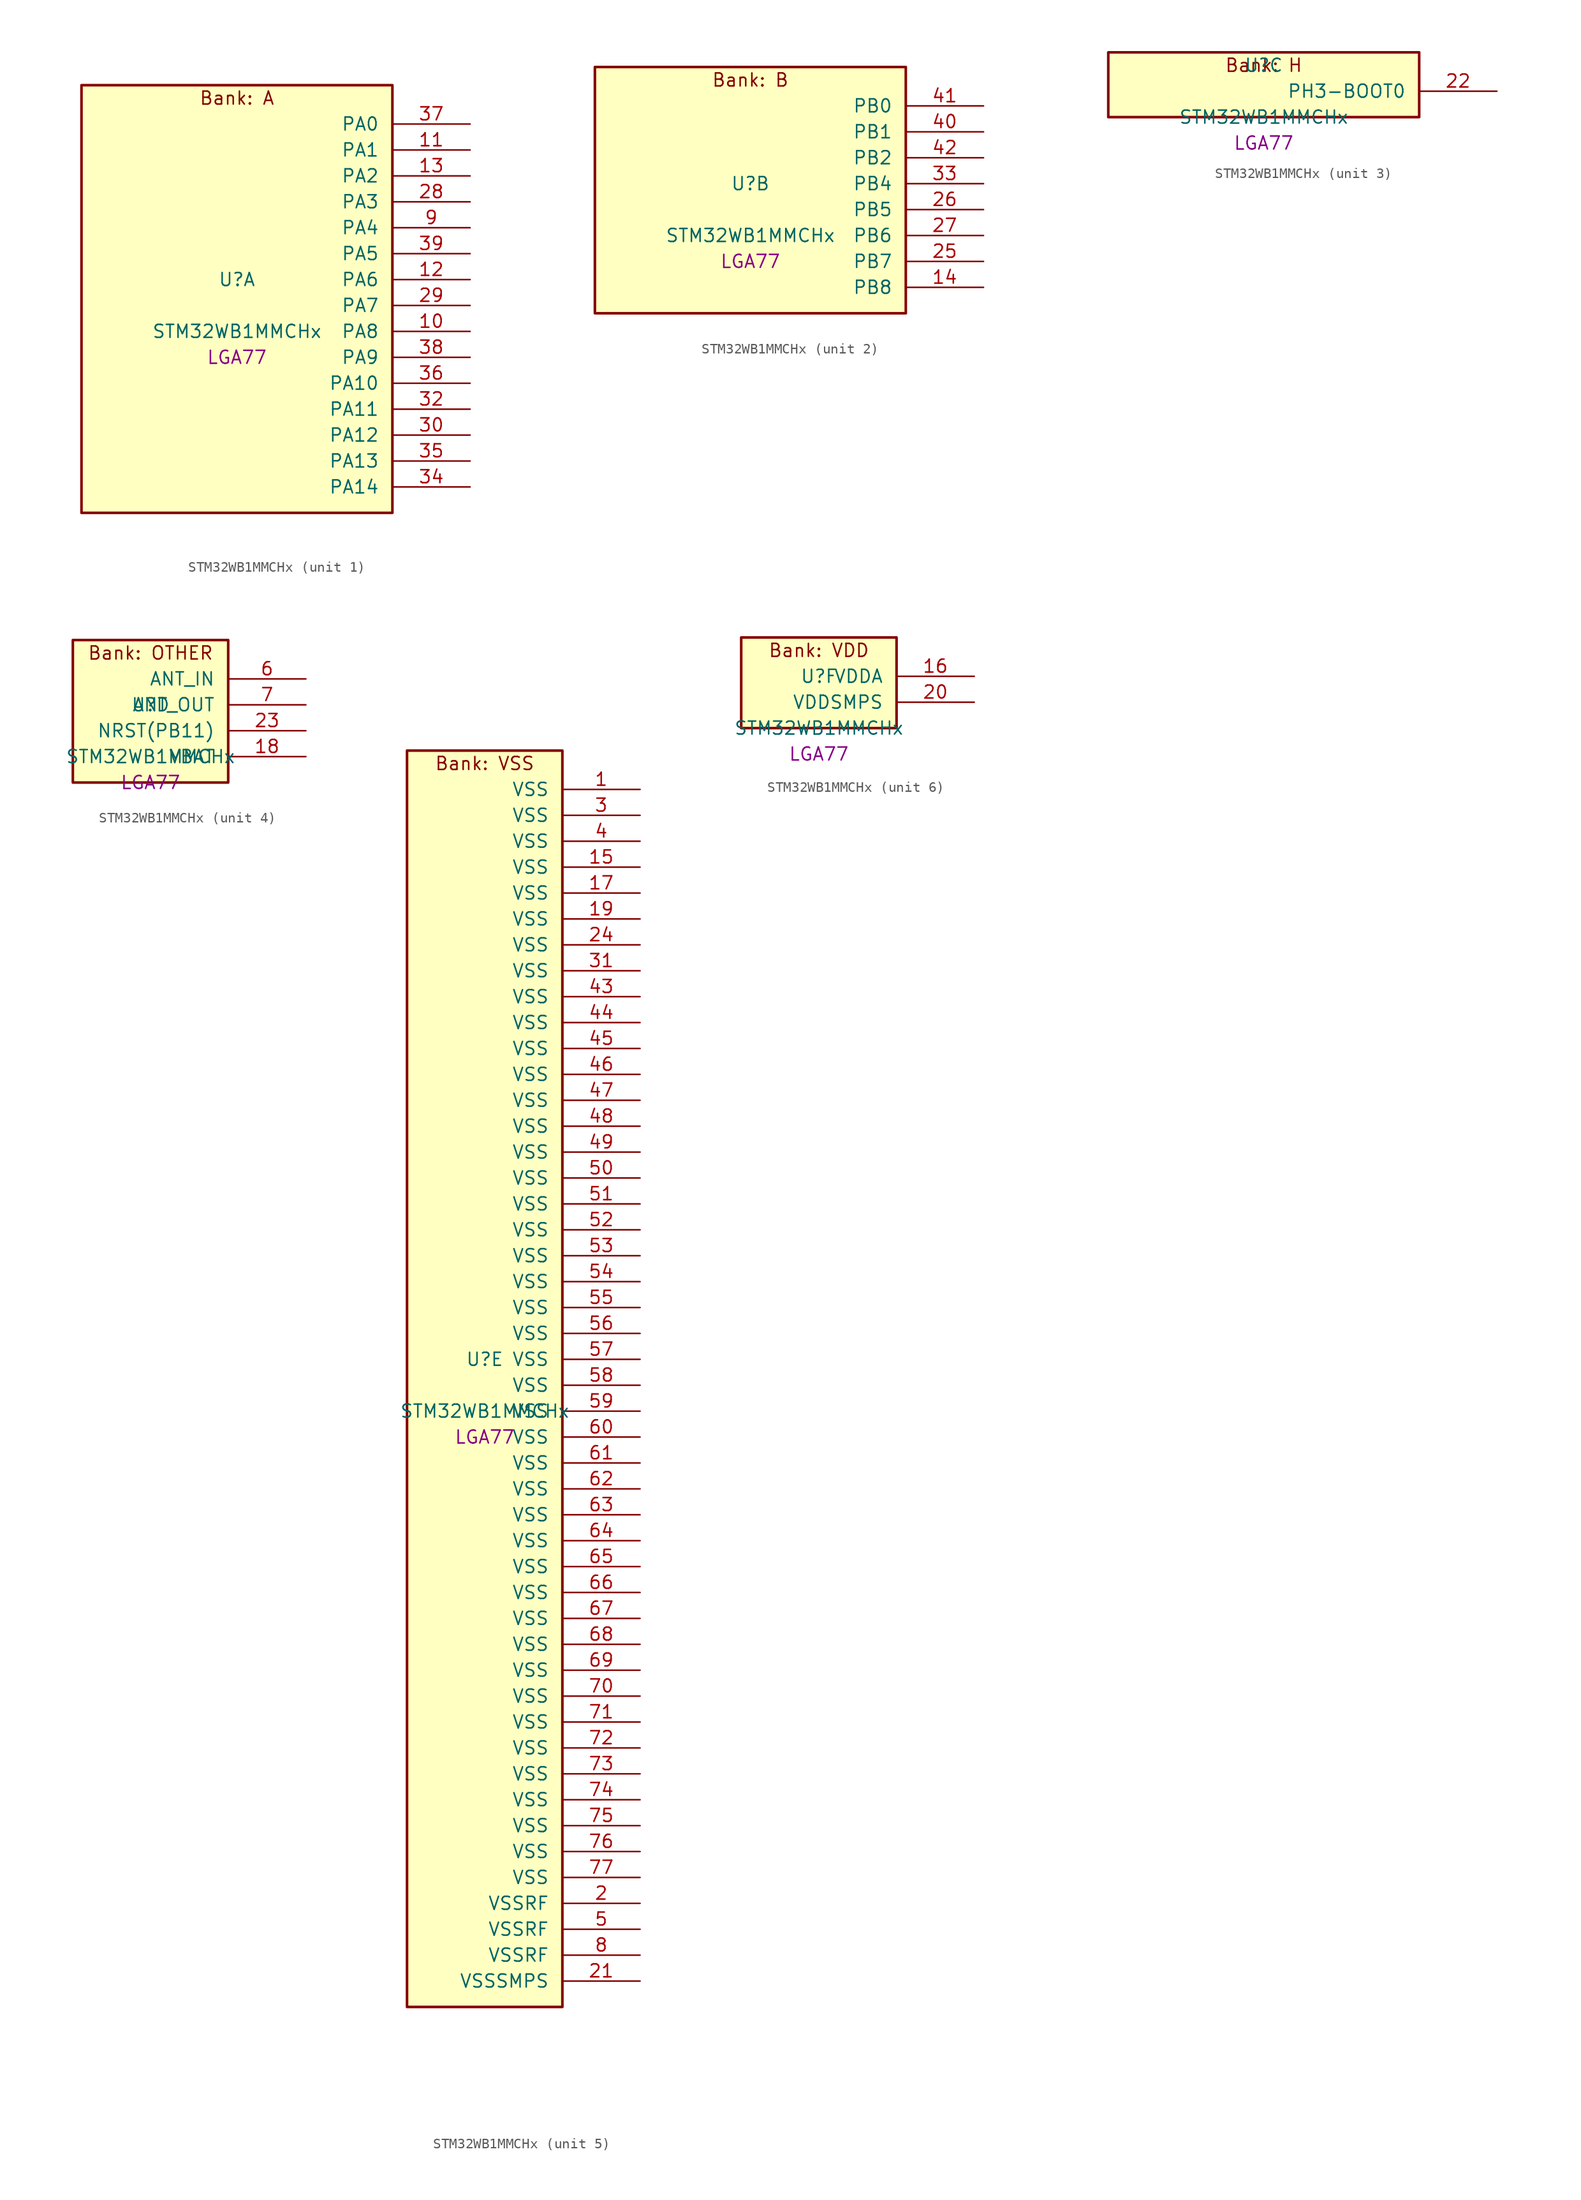
<source format=kicad_sym>
(kicad_symbol_lib
  (version 20241209)
  (generator "stm32_pkl_generator")
  (generator_version "1.0")
  (symbol "STM32WB1MMCHx"
    (pin_names
      (offset 1.27))
    (property "Reference" "U"
      (at 0 2.54 0))
    (property "Value" "STM32WB1MMCHx"
      (at 0 -2.54 0))
    (property "Footprint" "LGA77"
      (at 0 -5.08 0))
    (symbol "STM32WB1MMCHx_1_1"
      (rectangle (start -15.24 21.59) (end 15.24 -20.32) (stroke (width 0.254) (type solid)) (fill (type background)))
      (text "Bank: A" (at 0 20.32 0))
      (pin bidirectional line (at 22.86 17.78 180) (length 7.62) (name "PA0") (number "37") (alternate "PA0/ADC1_IN5" bidirectional line) (alternate "PA0/COMP1_INM" bidirectional line) (alternate "PA0/COMP1_OUT" bidirectional line) (alternate "PA0/RTC_TAMP2" bidirectional line) (alternate "PA0/SYS_WKUP1" bidirectional line) (alternate "PA0/TIM2_CH1" bidirectional line) (alternate "PA0/TIM2_ETR" bidirectional line))
      (pin bidirectional line (at 22.86 15.24 180) (length 7.62) (name "PA1") (number "11") (alternate "PA1/ADC1_IN6" bidirectional line) (alternate "PA1/COMP1_INP" bidirectional line) (alternate "PA1/I2C1_SMBA" bidirectional line) (alternate "PA1/SPI1_SCK" bidirectional line) (alternate "PA1/TIM2_CH2" bidirectional line))
      (pin bidirectional line (at 22.86 12.7 180) (length 7.62) (name "PA2") (number "13") (alternate "PA2/ADC1_IN7" bidirectional line) (alternate "PA2/LPUART1_TX" bidirectional line) (alternate "PA2/RCC_LSCO" bidirectional line) (alternate "PA2/SYS_WKUP4" bidirectional line) (alternate "PA2/TIM2_CH3" bidirectional line))
      (pin bidirectional line (at 22.86 10.16 180) (length 7.62) (name "PA3") (number "28") (alternate "PA3/ADC1_IN8" bidirectional line) (alternate "PA3/LPUART1_RX" bidirectional line) (alternate "PA3/TIM2_CH4" bidirectional line))
      (pin bidirectional line (at 22.86 7.62 180) (length 7.62) (name "PA4") (number "9") (alternate "PA4/ADC1_IN9" bidirectional line) (alternate "PA4/COMP1_INM" bidirectional line) (alternate "PA4/LPTIM2_OUT" bidirectional line) (alternate "PA4/SPI1_NSS" bidirectional line))
      (pin bidirectional line (at 22.86 5.08 180) (length 7.62) (name "PA5") (number "39") (alternate "PA5/ADC1_IN10" bidirectional line) (alternate "PA5/COMP1_INM" bidirectional line) (alternate "PA5/LPTIM2_ETR" bidirectional line) (alternate "PA5/SPI1_MOSI" bidirectional line) (alternate "PA5/SPI1_SCK" bidirectional line) (alternate "PA5/TIM2_CH1" bidirectional line) (alternate "PA5/TIM2_ETR" bidirectional line))
      (pin bidirectional line (at 22.86 2.54 180) (length 7.62) (name "PA6") (number "12") (alternate "PA6/ADC1_IN11" bidirectional line) (alternate "PA6/LPUART1_CTS" bidirectional line) (alternate "PA6/SPI1_MISO" bidirectional line) (alternate "PA6/TIM1_BKIN" bidirectional line))
      (pin bidirectional line (at 22.86 0 180) (length 7.62) (name "PA7") (number "29") (alternate "PA7/ADC1_IN2" bidirectional line) (alternate "PA7/SPI1_MOSI" bidirectional line) (alternate "PA7/TIM1_CH1N" bidirectional line))
      (pin bidirectional line (at 22.86 -2.54 180) (length 7.62) (name "PA8") (number "10") (alternate "PA8/ADC1_IN3" bidirectional line) (alternate "PA8/LPTIM2_OUT" bidirectional line) (alternate "PA8/RCC_MCO" bidirectional line) (alternate "PA8/TIM1_CH1" bidirectional line) (alternate "PA8/USART1_CK" bidirectional line))
      (pin bidirectional line (at 22.86 -5.08 180) (length 7.62) (name "PA9") (number "38") (alternate "PA9/ADC1_IN4" bidirectional line) (alternate "PA9/COMP1_INM" bidirectional line) (alternate "PA9/I2C1_SCL" bidirectional line) (alternate "PA9/TIM1_CH2" bidirectional line) (alternate "PA9/USART1_TX" bidirectional line))
      (pin bidirectional line (at 22.86 -7.62 180) (length 7.62) (name "PA10") (number "36") (alternate "PA10/I2C1_SDA" bidirectional line) (alternate "PA10/TIM1_CH3" bidirectional line) (alternate "PA10/TSC_G7_IO2" bidirectional line) (alternate "PA10/USART1_RX" bidirectional line))
      (pin bidirectional line (at 22.86 -10.16 180) (length 7.62) (name "PA11") (number "32") (alternate "PA11/ADC1_EXTI11" bidirectional line) (alternate "PA11/SPI1_MISO" bidirectional line) (alternate "PA11/TIM1_BKIN2" bidirectional line) (alternate "PA11/TIM1_CH4" bidirectional line) (alternate "PA11/USART1_CTS" bidirectional line) (alternate "PA11/USART1_NSS" bidirectional line))
      (pin bidirectional line (at 22.86 -12.7 180) (length 7.62) (name "PA12") (number "30") (alternate "PA12/LPUART1_RX" bidirectional line) (alternate "PA12/SPI1_MOSI" bidirectional line) (alternate "PA12/TIM1_ETR" bidirectional line) (alternate "PA12/USART1_DE" bidirectional line) (alternate "PA12/USART1_RTS" bidirectional line))
      (pin bidirectional line (at 22.86 -15.24 180) (length 7.62) (name "PA13") (number "35") (alternate "PA13/SPI1_MOSI" bidirectional line) (alternate "PA13/SYS_JTMS-SWDIO" bidirectional line) (alternate "PA13/TSC_G7_IO1" bidirectional line))
      (pin bidirectional line (at 22.86 -17.78 180) (length 7.62) (name "PA14") (number "34") (alternate "PA14/I2C1_SMBA" bidirectional line) (alternate "PA14/LPTIM1_OUT" bidirectional line) (alternate "PA14/SPI1_NSS" bidirectional line) (alternate "PA14/SYS_JTCK-SWCLK" bidirectional line)))
    (symbol "STM32WB1MMCHx_2_1"
      (rectangle (start -15.24 13.97) (end 15.24 -10.16) (stroke (width 0.254) (type solid)) (fill (type background)))
      (text "Bank: B" (at 0 12.7 0))
      (pin bidirectional line (at 22.86 10.16 180) (length 7.62) (name "PB0") (number "41") (alternate "PB0/COMP1_OUT" bidirectional line) (alternate "PB0/RF_TX_MOD_EXT_PA" bidirectional line))
      (pin bidirectional line (at 22.86 7.62 180) (length 7.62) (name "PB1") (number "40") (alternate "PB1/LPTIM2_IN1" bidirectional line) (alternate "PB1/LPUART1_DE" bidirectional line) (alternate "PB1/LPUART1_RTS" bidirectional line))
      (pin bidirectional line (at 22.86 5.08 180) (length 7.62) (name "PB2") (number "42") (alternate "PB2/COMP1_INP" bidirectional line) (alternate "PB2/LPTIM1_OUT" bidirectional line) (alternate "PB2/RTC_OUT" bidirectional line) (alternate "PB2/SPI1_NSS" bidirectional line))
      (pin bidirectional line (at 22.86 2.54 180) (length 7.62) (name "PB4") (number "33") (alternate "PB4/SPI1_MISO" bidirectional line) (alternate "PB4/SYS_JTRST" bidirectional line) (alternate "PB4/TSC_G2_IO1" bidirectional line) (alternate "PB4/USART1_CTS" bidirectional line) (alternate "PB4/USART1_NSS" bidirectional line))
      (pin bidirectional line (at 22.86 0 180) (length 7.62) (name "PB5") (number "26") (alternate "PB5/I2C1_SMBA" bidirectional line) (alternate "PB5/LPTIM1_IN1" bidirectional line) (alternate "PB5/LPUART1_TX" bidirectional line) (alternate "PB5/SPI1_MOSI" bidirectional line) (alternate "PB5/TSC_G2_IO2" bidirectional line) (alternate "PB5/USART1_CK" bidirectional line))
      (pin bidirectional line (at 22.86 -2.54 180) (length 7.62) (name "PB6") (number "27") (alternate "PB6/I2C1_SCL" bidirectional line) (alternate "PB6/LPTIM1_ETR" bidirectional line) (alternate "PB6/RCC_MCO" bidirectional line) (alternate "PB6/SPI1_NSS" bidirectional line) (alternate "PB6/TSC_G2_IO3" bidirectional line) (alternate "PB6/USART1_TX" bidirectional line))
      (pin bidirectional line (at 22.86 -5.08 180) (length 7.62) (name "PB7") (number "25") (alternate "PB7/I2C1_SDA" bidirectional line) (alternate "PB7/LPTIM1_IN2" bidirectional line) (alternate "PB7/SYS_PVD_IN" bidirectional line) (alternate "PB7/TIM1_BKIN" bidirectional line) (alternate "PB7/TIM1_CH3" bidirectional line) (alternate "PB7/TSC_G2_IO4" bidirectional line) (alternate "PB7/USART1_RX" bidirectional line))
      (pin bidirectional line (at 22.86 -7.62 180) (length 7.62) (name "PB8") (number "14") (alternate "PB8/I2C1_SCL" bidirectional line) (alternate "PB8/TIM1_CH2N" bidirectional line) (alternate "PB8/TSC_G7_IO3" bidirectional line)))
    (symbol "STM32WB1MMCHx_3_1"
      (rectangle (start -15.24 3.81) (end 15.24 -2.54) (stroke (width 0.254) (type solid)) (fill (type background)))
      (text "Bank: H" (at 0 2.54 0))
      (pin bidirectional line (at 22.86 0 180) (length 7.62) (name "PH3-BOOT0") (number "22") (alternate "PH3-BOOT0/RCC_LSCO" bidirectional line)))
    (symbol "STM32WB1MMCHx_4_1"
      (rectangle (start -7.62 8.89) (end 7.62 -5.08) (stroke (width 0.254) (type solid)) (fill (type background)))
      (text "Bank: OTHER" (at 0 7.62 0))
      (pin bidirectional line (at 15.24 5.08 180) (length 7.62) (name "ANT_IN") (number "6"))
      (pin bidirectional line (at 15.24 2.54 180) (length 7.62) (name "ANT_OUT") (number "7"))
      (pin input line (at 15.24 0 180) (length 7.62) (name "NRST(PB11)") (number "23"))
      (pin power_in line (at 15.24 -2.54 180) (length 7.62) (name "VBAT") (number "18")))
    (symbol "STM32WB1MMCHx_5_1"
      (rectangle (start -7.62 62.23) (end 7.62 -60.96) (stroke (width 0.254) (type solid)) (fill (type background)))
      (text "Bank: VSS" (at 0 60.96 0))
      (pin power_in line (at 15.24 58.42 180) (length 7.62) (name "VSS") (number "1"))
      (pin power_in line (at 15.24 55.88 180) (length 7.62) (name "VSS") (number "3"))
      (pin power_in line (at 15.24 53.34 180) (length 7.62) (name "VSS") (number "4"))
      (pin power_in line (at 15.24 50.8 180) (length 7.62) (name "VSS") (number "15"))
      (pin power_in line (at 15.24 48.26 180) (length 7.62) (name "VSS") (number "17"))
      (pin power_in line (at 15.24 45.72 180) (length 7.62) (name "VSS") (number "19"))
      (pin power_in line (at 15.24 43.18 180) (length 7.62) (name "VSS") (number "24"))
      (pin power_in line (at 15.24 40.64 180) (length 7.62) (name "VSS") (number "31"))
      (pin power_in line (at 15.24 38.1 180) (length 7.62) (name "VSS") (number "43"))
      (pin power_in line (at 15.24 35.56 180) (length 7.62) (name "VSS") (number "44"))
      (pin power_in line (at 15.24 33.02 180) (length 7.62) (name "VSS") (number "45"))
      (pin power_in line (at 15.24 30.48 180) (length 7.62) (name "VSS") (number "46"))
      (pin power_in line (at 15.24 27.94 180) (length 7.62) (name "VSS") (number "47"))
      (pin power_in line (at 15.24 25.4 180) (length 7.62) (name "VSS") (number "48"))
      (pin power_in line (at 15.24 22.86 180) (length 7.62) (name "VSS") (number "49"))
      (pin power_in line (at 15.24 20.32 180) (length 7.62) (name "VSS") (number "50"))
      (pin power_in line (at 15.24 17.78 180) (length 7.62) (name "VSS") (number "51"))
      (pin power_in line (at 15.24 15.24 180) (length 7.62) (name "VSS") (number "52"))
      (pin power_in line (at 15.24 12.7 180) (length 7.62) (name "VSS") (number "53"))
      (pin power_in line (at 15.24 10.16 180) (length 7.62) (name "VSS") (number "54"))
      (pin power_in line (at 15.24 7.62 180) (length 7.62) (name "VSS") (number "55"))
      (pin power_in line (at 15.24 5.08 180) (length 7.62) (name "VSS") (number "56"))
      (pin power_in line (at 15.24 2.54 180) (length 7.62) (name "VSS") (number "57"))
      (pin power_in line (at 15.24 0 180) (length 7.62) (name "VSS") (number "58"))
      (pin power_in line (at 15.24 -2.54 180) (length 7.62) (name "VSS") (number "59"))
      (pin power_in line (at 15.24 -5.08 180) (length 7.62) (name "VSS") (number "60"))
      (pin power_in line (at 15.24 -7.62 180) (length 7.62) (name "VSS") (number "61"))
      (pin power_in line (at 15.24 -10.16 180) (length 7.62) (name "VSS") (number "62"))
      (pin power_in line (at 15.24 -12.7 180) (length 7.62) (name "VSS") (number "63"))
      (pin power_in line (at 15.24 -15.24 180) (length 7.62) (name "VSS") (number "64"))
      (pin power_in line (at 15.24 -17.78 180) (length 7.62) (name "VSS") (number "65"))
      (pin power_in line (at 15.24 -20.32 180) (length 7.62) (name "VSS") (number "66"))
      (pin power_in line (at 15.24 -22.86 180) (length 7.62) (name "VSS") (number "67"))
      (pin power_in line (at 15.24 -25.4 180) (length 7.62) (name "VSS") (number "68"))
      (pin power_in line (at 15.24 -27.94 180) (length 7.62) (name "VSS") (number "69"))
      (pin power_in line (at 15.24 -30.48 180) (length 7.62) (name "VSS") (number "70"))
      (pin power_in line (at 15.24 -33.02 180) (length 7.62) (name "VSS") (number "71"))
      (pin power_in line (at 15.24 -35.56 180) (length 7.62) (name "VSS") (number "72"))
      (pin power_in line (at 15.24 -38.1 180) (length 7.62) (name "VSS") (number "73"))
      (pin power_in line (at 15.24 -40.64 180) (length 7.62) (name "VSS") (number "74"))
      (pin power_in line (at 15.24 -43.18 180) (length 7.62) (name "VSS") (number "75"))
      (pin power_in line (at 15.24 -45.72 180) (length 7.62) (name "VSS") (number "76"))
      (pin power_in line (at 15.24 -48.26 180) (length 7.62) (name "VSS") (number "77"))
      (pin power_in line (at 15.24 -50.8 180) (length 7.62) (name "VSSRF") (number "2"))
      (pin power_in line (at 15.24 -53.34 180) (length 7.62) (name "VSSRF") (number "5"))
      (pin power_in line (at 15.24 -55.88 180) (length 7.62) (name "VSSRF") (number "8"))
      (pin power_in line (at 15.24 -58.42 180) (length 7.62) (name "VSSSMPS") (number "21")))
    (symbol "STM32WB1MMCHx_6_1"
      (rectangle (start -7.62 6.35) (end 7.62 -2.54) (stroke (width 0.254) (type solid)) (fill (type background)))
      (text "Bank: VDD" (at 0 5.08 0))
      (pin power_in line (at 15.24 2.54 180) (length 7.62) (name "VDDA") (number "16"))
      (pin power_in line (at 15.24 0 180) (length 7.62) (name "VDDSMPS") (number "20")))))
</source>
